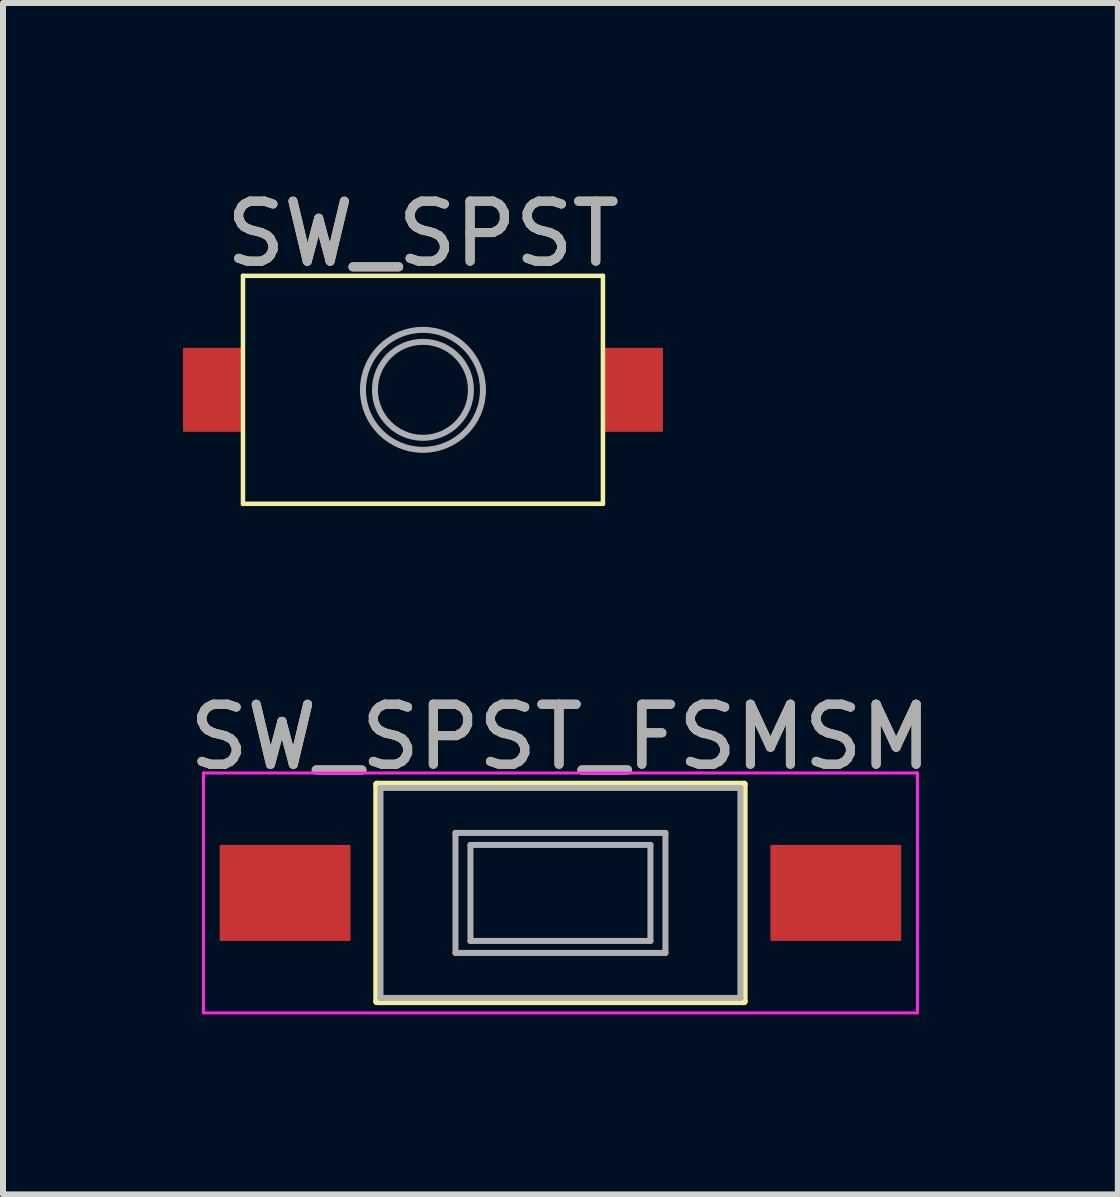
<source format=kicad_pcb>
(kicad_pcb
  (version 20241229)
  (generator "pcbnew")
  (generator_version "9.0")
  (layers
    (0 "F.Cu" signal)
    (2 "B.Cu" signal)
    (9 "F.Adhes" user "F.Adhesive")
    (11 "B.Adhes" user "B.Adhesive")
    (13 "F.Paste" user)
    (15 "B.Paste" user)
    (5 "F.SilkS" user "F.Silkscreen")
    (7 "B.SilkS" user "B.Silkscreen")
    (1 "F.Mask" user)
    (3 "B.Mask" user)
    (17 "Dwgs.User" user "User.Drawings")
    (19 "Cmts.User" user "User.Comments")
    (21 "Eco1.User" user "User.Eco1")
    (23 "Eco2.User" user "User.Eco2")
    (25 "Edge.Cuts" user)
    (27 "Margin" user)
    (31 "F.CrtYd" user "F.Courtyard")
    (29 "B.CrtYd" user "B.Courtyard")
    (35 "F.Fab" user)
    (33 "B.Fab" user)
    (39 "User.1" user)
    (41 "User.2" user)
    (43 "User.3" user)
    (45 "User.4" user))
  (footprint "SW_SPST_FSMSM"
    (layer "F.Cu")
    (at 6.292 11.834)
    (property "Reference" "SW_SPST_FSMSM" (at 0 -2.6 0) (layer "F.SilkS") (effects (font (size 1 1) (thickness 0.15))))
    (attr smd)
    (fp_line (start -3.06 -1.81) (end 3.06 -1.81) (stroke (width 0.12) (type solid)) (layer "F.SilkS"))
    (fp_line (start -3.06 1.81) (end -3.06 -1.81) (stroke (width 0.12) (type solid)) (layer "F.SilkS"))
    (fp_line (start 3.06 -1.81) (end 3.06 1.81) (stroke (width 0.12) (type solid)) (layer "F.SilkS"))
    (fp_line (start 3.06 1.81) (end -3.06 1.81) (stroke (width 0.12) (type solid)) (layer "F.SilkS"))
    (fp_line (start -5.95 -2) (end -5.95 2) (stroke (width 0.05) (type solid)) (layer "F.CrtYd"))
    (fp_line (start -5.95 -2) (end 5.95 -2) (stroke (width 0.05) (type solid)) (layer "F.CrtYd"))
    (fp_line (start -5.95 2) (end 5.95 2) (stroke (width 0.05) (type solid)) (layer "F.CrtYd"))
    (fp_line (start 5.95 -2) (end 5.95 2) (stroke (width 0.05) (type solid)) (layer "F.CrtYd"))
    (fp_line (start -3 -1.75) (end -3 1.75) (stroke (width 0.1) (type solid)) (layer "F.Fab"))
    (fp_line (start -3 -1.75) (end 3 -1.75) (stroke (width 0.1) (type solid)) (layer "F.Fab"))
    (fp_line (start -3 1.75) (end 3 1.75) (stroke (width 0.1) (type solid)) (layer "F.Fab"))
    (fp_line (start -1.75 -1) (end 1.75 -1) (stroke (width 0.1) (type solid)) (layer "F.Fab"))
    (fp_line (start -1.75 1) (end -1.75 -1) (stroke (width 0.1) (type solid)) (layer "F.Fab"))
    (fp_line (start -1.5 -0.8) (end -1.5 0.8) (stroke (width 0.1) (type solid)) (layer "F.Fab"))
    (fp_line (start -1.5 -0.8) (end 1.5 -0.8) (stroke (width 0.1) (type solid)) (layer "F.Fab"))
    (fp_line (start -1.5 0.8) (end 1.5 0.8) (stroke (width 0.1) (type solid)) (layer "F.Fab"))
    (fp_line (start 1.5 -0.8) (end 1.5 0.8) (stroke (width 0.1) (type solid)) (layer "F.Fab"))
    (fp_line (start 1.75 -1) (end 1.75 1) (stroke (width 0.1) (type solid)) (layer "F.Fab"))
    (fp_line (start 1.75 1) (end -1.75 1) (stroke (width 0.1) (type solid)) (layer "F.Fab"))
    (fp_line (start 3 -1.75) (end 3 1.75) (stroke (width 0.1) (type solid)) (layer "F.Fab"))
    (fp_text user "${REFERENCE}" (at 0 -2.6 0) (layer "F.Fab") (effects (font (size 1 1) (thickness 0.15))))
    (pad "1" smd rect (at -4.59 0) (size 2.18 1.6) (layers "F.Cu" "F.Mask" "F.Paste"))
    (pad "2" smd rect (at 4.59 0) (size 2.18 1.6) (layers "F.Cu" "F.Mask" "F.Paste")))
  (footprint "SW_SPST"
    (layer "F.Cu")
    (at 4 3.448)
    (property "Reference" "SW_SPST" (at 0 -2.6 0) (layer "F.SilkS") (effects (font (size 1 1) (thickness 0.15))))
    (attr smd)
    (fp_line (start -3 -1.9) (end 3 -1.9) (stroke (width 0.075) (type solid)) (layer "F.SilkS"))
    (fp_line (start -3 1.9) (end -3 -1.9) (stroke (width 0.075) (type solid)) (layer "F.SilkS"))
    (fp_line (start 3 1.9) (end -3 1.9) (stroke (width 0.075) (type solid)) (layer "F.SilkS"))
    (fp_line (start 3 1.9) (end 3 -1.9) (stroke (width 0.075) (type solid)) (layer "F.SilkS"))
    (fp_circle (center 0 0) (end 0 -1) (stroke (width 0.1) (type solid)) (fill no) (layer "F.Fab"))
    (fp_circle (center 0 0) (end 0 -0.8) (stroke (width 0.1) (type solid)) (fill no) (layer "F.Fab"))
    (fp_text user "${REFERENCE}" (at 0 -2.6 0) (layer "F.Fab") (effects (font (size 1 1) (thickness 0.15))))
    (pad "1" smd rect (at -3.5 0) (size 1 1.4) (layers "F.Cu" "F.Mask" "F.Paste"))
    (pad "2" smd rect (at 3.5 0) (size 1 1.4) (layers "F.Cu" "F.Mask" "F.Paste")))
  (gr_rect
    (start -3 -3)
    (end 15.583 16.859)
    (stroke (width 0.1) (type default))
    (fill no)
    (layer "Edge.Cuts")))
</source>
